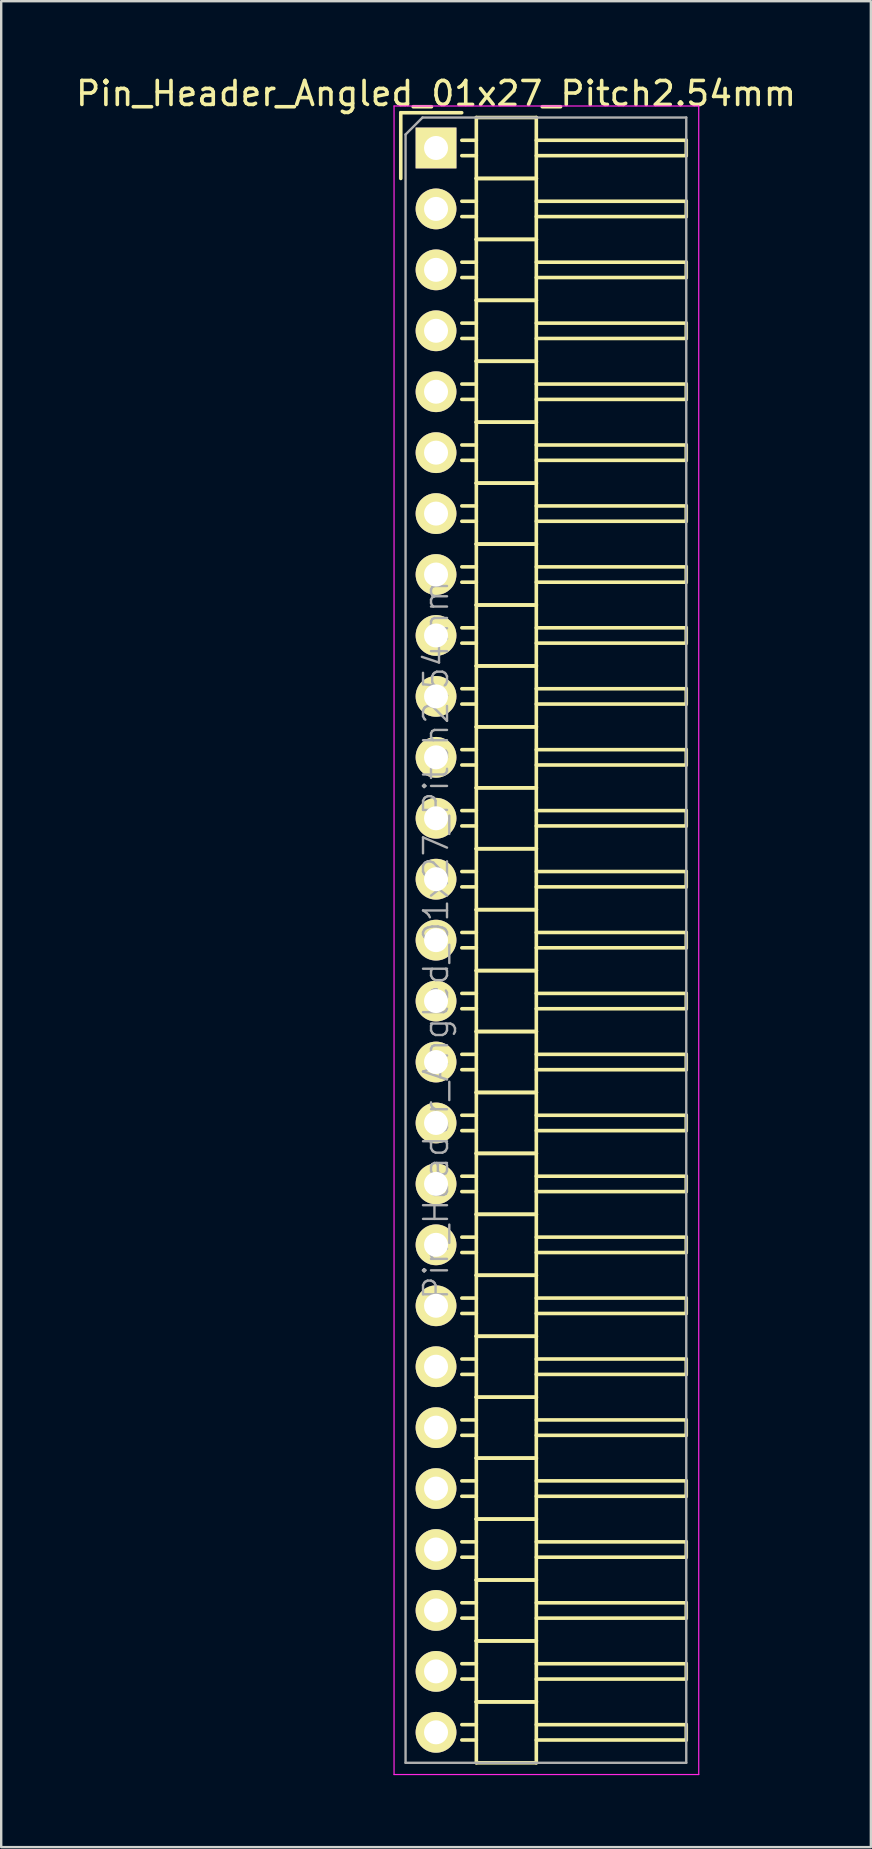
<source format=kicad_pcb>
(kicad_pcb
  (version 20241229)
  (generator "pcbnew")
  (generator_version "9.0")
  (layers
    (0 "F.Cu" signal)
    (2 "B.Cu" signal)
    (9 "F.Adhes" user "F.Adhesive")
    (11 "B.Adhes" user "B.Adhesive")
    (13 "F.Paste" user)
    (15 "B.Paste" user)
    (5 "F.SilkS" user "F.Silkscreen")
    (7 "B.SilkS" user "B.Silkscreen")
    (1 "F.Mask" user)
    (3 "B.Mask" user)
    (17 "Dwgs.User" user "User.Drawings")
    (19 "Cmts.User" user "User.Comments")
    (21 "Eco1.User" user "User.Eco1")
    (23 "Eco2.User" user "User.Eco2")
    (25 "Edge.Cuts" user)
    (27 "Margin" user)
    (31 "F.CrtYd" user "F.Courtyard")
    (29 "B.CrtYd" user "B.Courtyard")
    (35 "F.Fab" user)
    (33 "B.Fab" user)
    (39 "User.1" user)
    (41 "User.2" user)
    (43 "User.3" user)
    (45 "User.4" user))
  (footprint "Pin_Header_Angled_01x27_Pitch2.54mm"
    (layer "F.Cu")
    (at 15.125 3.118)
    (property "Reference" "Pin_Header_Angled_01x27_Pitch2.54mm" (at 0 -2.27 0) (layer "F.SilkS") (effects (font (size 1 1) (thickness 0.15))))
    (attr smd)
    (fp_line (start -1.47 -1.47) (end -1.47 1.27) (stroke (width 0.15) (type solid)) (layer "F.SilkS"))
    (fp_line (start -1.47 -1.47) (end 1.07 -1.47) (stroke (width 0.15) (type solid)) (layer "F.SilkS"))
    (fp_line (start 1.68 -0.32) (end 1.075 -0.32) (stroke (width 0.15) (type solid)) (layer "F.SilkS"))
    (fp_line (start 1.68 0.32) (end 1.075 0.32) (stroke (width 0.15) (type solid)) (layer "F.SilkS"))
    (fp_line (start 1.68 1.27) (end 1.68 -1.27) (stroke (width 0.15) (type solid)) (layer "F.SilkS"))
    (fp_line (start 1.68 2.22) (end 1.075 2.22) (stroke (width 0.15) (type solid)) (layer "F.SilkS"))
    (fp_line (start 1.68 2.86) (end 1.075 2.86) (stroke (width 0.15) (type solid)) (layer "F.SilkS"))
    (fp_line (start 1.68 3.81) (end 1.68 1.27) (stroke (width 0.15) (type solid)) (layer "F.SilkS"))
    (fp_line (start 1.68 4.76) (end 1.075 4.76) (stroke (width 0.15) (type solid)) (layer "F.SilkS"))
    (fp_line (start 1.68 5.4) (end 1.075 5.4) (stroke (width 0.15) (type solid)) (layer "F.SilkS"))
    (fp_line (start 1.68 6.35) (end 1.68 3.81) (stroke (width 0.15) (type solid)) (layer "F.SilkS"))
    (fp_line (start 1.68 7.3) (end 1.075 7.3) (stroke (width 0.15) (type solid)) (layer "F.SilkS"))
    (fp_line (start 1.68 7.94) (end 1.075 7.94) (stroke (width 0.15) (type solid)) (layer "F.SilkS"))
    (fp_line (start 1.68 8.89) (end 1.68 6.35) (stroke (width 0.15) (type solid)) (layer "F.SilkS"))
    (fp_line (start 1.68 9.84) (end 1.075 9.84) (stroke (width 0.15) (type solid)) (layer "F.SilkS"))
    (fp_line (start 1.68 10.48) (end 1.075 10.48) (stroke (width 0.15) (type solid)) (layer "F.SilkS"))
    (fp_line (start 1.68 11.43) (end 1.68 8.89) (stroke (width 0.15) (type solid)) (layer "F.SilkS"))
    (fp_line (start 1.68 12.38) (end 1.075 12.38) (stroke (width 0.15) (type solid)) (layer "F.SilkS"))
    (fp_line (start 1.68 13.02) (end 1.075 13.02) (stroke (width 0.15) (type solid)) (layer "F.SilkS"))
    (fp_line (start 1.68 13.97) (end 1.68 11.43) (stroke (width 0.15) (type solid)) (layer "F.SilkS"))
    (fp_line (start 1.68 14.92) (end 1.075 14.92) (stroke (width 0.15) (type solid)) (layer "F.SilkS"))
    (fp_line (start 1.68 15.56) (end 1.075 15.56) (stroke (width 0.15) (type solid)) (layer "F.SilkS"))
    (fp_line (start 1.68 16.51) (end 1.68 13.97) (stroke (width 0.15) (type solid)) (layer "F.SilkS"))
    (fp_line (start 1.68 17.46) (end 1.075 17.46) (stroke (width 0.15) (type solid)) (layer "F.SilkS"))
    (fp_line (start 1.68 18.1) (end 1.075 18.1) (stroke (width 0.15) (type solid)) (layer "F.SilkS"))
    (fp_line (start 1.68 19.05) (end 1.68 16.51) (stroke (width 0.15) (type solid)) (layer "F.SilkS"))
    (fp_line (start 1.68 20) (end 1.075 20) (stroke (width 0.15) (type solid)) (layer "F.SilkS"))
    (fp_line (start 1.68 20.64) (end 1.075 20.64) (stroke (width 0.15) (type solid)) (layer "F.SilkS"))
    (fp_line (start 1.68 21.59) (end 1.68 19.05) (stroke (width 0.15) (type solid)) (layer "F.SilkS"))
    (fp_line (start 1.68 22.54) (end 1.075 22.54) (stroke (width 0.15) (type solid)) (layer "F.SilkS"))
    (fp_line (start 1.68 23.18) (end 1.075 23.18) (stroke (width 0.15) (type solid)) (layer "F.SilkS"))
    (fp_line (start 1.68 24.13) (end 1.68 21.59) (stroke (width 0.15) (type solid)) (layer "F.SilkS"))
    (fp_line (start 1.68 25.08) (end 1.075 25.08) (stroke (width 0.15) (type solid)) (layer "F.SilkS"))
    (fp_line (start 1.68 25.72) (end 1.075 25.72) (stroke (width 0.15) (type solid)) (layer "F.SilkS"))
    (fp_line (start 1.68 26.67) (end 1.68 24.13) (stroke (width 0.15) (type solid)) (layer "F.SilkS"))
    (fp_line (start 1.68 27.62) (end 1.075 27.62) (stroke (width 0.15) (type solid)) (layer "F.SilkS"))
    (fp_line (start 1.68 28.26) (end 1.075 28.26) (stroke (width 0.15) (type solid)) (layer "F.SilkS"))
    (fp_line (start 1.68 29.21) (end 1.68 26.67) (stroke (width 0.15) (type solid)) (layer "F.SilkS"))
    (fp_line (start 1.68 30.16) (end 1.075 30.16) (stroke (width 0.15) (type solid)) (layer "F.SilkS"))
    (fp_line (start 1.68 30.8) (end 1.075 30.8) (stroke (width 0.15) (type solid)) (layer "F.SilkS"))
    (fp_line (start 1.68 31.75) (end 1.68 29.21) (stroke (width 0.15) (type solid)) (layer "F.SilkS"))
    (fp_line (start 1.68 32.7) (end 1.075 32.7) (stroke (width 0.15) (type solid)) (layer "F.SilkS"))
    (fp_line (start 1.68 33.34) (end 1.075 33.34) (stroke (width 0.15) (type solid)) (layer "F.SilkS"))
    (fp_line (start 1.68 34.29) (end 1.68 31.75) (stroke (width 0.15) (type solid)) (layer "F.SilkS"))
    (fp_line (start 1.68 35.24) (end 1.075 35.24) (stroke (width 0.15) (type solid)) (layer "F.SilkS"))
    (fp_line (start 1.68 35.88) (end 1.075 35.88) (stroke (width 0.15) (type solid)) (layer "F.SilkS"))
    (fp_line (start 1.68 36.83) (end 1.68 34.29) (stroke (width 0.15) (type solid)) (layer "F.SilkS"))
    (fp_line (start 1.68 37.78) (end 1.075 37.78) (stroke (width 0.15) (type solid)) (layer "F.SilkS"))
    (fp_line (start 1.68 38.42) (end 1.075 38.42) (stroke (width 0.15) (type solid)) (layer "F.SilkS"))
    (fp_line (start 1.68 39.37) (end 1.68 36.83) (stroke (width 0.15) (type solid)) (layer "F.SilkS"))
    (fp_line (start 1.68 40.32) (end 1.075 40.32) (stroke (width 0.15) (type solid)) (layer "F.SilkS"))
    (fp_line (start 1.68 40.96) (end 1.075 40.96) (stroke (width 0.15) (type solid)) (layer "F.SilkS"))
    (fp_line (start 1.68 41.91) (end 1.68 39.37) (stroke (width 0.15) (type solid)) (layer "F.SilkS"))
    (fp_line (start 1.68 42.86) (end 1.075 42.86) (stroke (width 0.15) (type solid)) (layer "F.SilkS"))
    (fp_line (start 1.68 43.5) (end 1.075 43.5) (stroke (width 0.15) (type solid)) (layer "F.SilkS"))
    (fp_line (start 1.68 44.45) (end 1.68 41.91) (stroke (width 0.15) (type solid)) (layer "F.SilkS"))
    (fp_line (start 1.68 45.4) (end 1.075 45.4) (stroke (width 0.15) (type solid)) (layer "F.SilkS"))
    (fp_line (start 1.68 46.04) (end 1.075 46.04) (stroke (width 0.15) (type solid)) (layer "F.SilkS"))
    (fp_line (start 1.68 46.99) (end 1.68 44.45) (stroke (width 0.15) (type solid)) (layer "F.SilkS"))
    (fp_line (start 1.68 47.94) (end 1.075 47.94) (stroke (width 0.15) (type solid)) (layer "F.SilkS"))
    (fp_line (start 1.68 48.58) (end 1.075 48.58) (stroke (width 0.15) (type solid)) (layer "F.SilkS"))
    (fp_line (start 1.68 49.53) (end 1.68 46.99) (stroke (width 0.15) (type solid)) (layer "F.SilkS"))
    (fp_line (start 1.68 50.48) (end 1.075 50.48) (stroke (width 0.15) (type solid)) (layer "F.SilkS"))
    (fp_line (start 1.68 51.12) (end 1.075 51.12) (stroke (width 0.15) (type solid)) (layer "F.SilkS"))
    (fp_line (start 1.68 52.07) (end 1.68 49.53) (stroke (width 0.15) (type solid)) (layer "F.SilkS"))
    (fp_line (start 1.68 53.02) (end 1.075 53.02) (stroke (width 0.15) (type solid)) (layer "F.SilkS"))
    (fp_line (start 1.68 53.66) (end 1.075 53.66) (stroke (width 0.15) (type solid)) (layer "F.SilkS"))
    (fp_line (start 1.68 54.61) (end 1.68 52.07) (stroke (width 0.15) (type solid)) (layer "F.SilkS"))
    (fp_line (start 1.68 55.56) (end 1.075 55.56) (stroke (width 0.15) (type solid)) (layer "F.SilkS"))
    (fp_line (start 1.68 56.2) (end 1.075 56.2) (stroke (width 0.15) (type solid)) (layer "F.SilkS"))
    (fp_line (start 1.68 57.15) (end 1.68 54.61) (stroke (width 0.15) (type solid)) (layer "F.SilkS"))
    (fp_line (start 1.68 58.1) (end 1.075 58.1) (stroke (width 0.15) (type solid)) (layer "F.SilkS"))
    (fp_line (start 1.68 58.74) (end 1.075 58.74) (stroke (width 0.15) (type solid)) (layer "F.SilkS"))
    (fp_line (start 1.68 59.69) (end 1.68 57.15) (stroke (width 0.15) (type solid)) (layer "F.SilkS"))
    (fp_line (start 1.68 60.64) (end 1.075 60.64) (stroke (width 0.15) (type solid)) (layer "F.SilkS"))
    (fp_line (start 1.68 61.28) (end 1.075 61.28) (stroke (width 0.15) (type solid)) (layer "F.SilkS"))
    (fp_line (start 1.68 62.23) (end 1.68 59.69) (stroke (width 0.15) (type solid)) (layer "F.SilkS"))
    (fp_line (start 1.68 63.18) (end 1.075 63.18) (stroke (width 0.15) (type solid)) (layer "F.SilkS"))
    (fp_line (start 1.68 63.82) (end 1.075 63.82) (stroke (width 0.15) (type solid)) (layer "F.SilkS"))
    (fp_line (start 1.68 64.77) (end 1.68 62.23) (stroke (width 0.15) (type solid)) (layer "F.SilkS"))
    (fp_line (start 1.68 65.72) (end 1.075 65.72) (stroke (width 0.15) (type solid)) (layer "F.SilkS"))
    (fp_line (start 1.68 66.36) (end 1.075 66.36) (stroke (width 0.15) (type solid)) (layer "F.SilkS"))
    (fp_line (start 1.68 67.31) (end 1.68 64.77) (stroke (width 0.15) (type solid)) (layer "F.SilkS"))
    (fp_line (start 4.18 -1.27) (end 1.68 -1.27) (stroke (width 0.15) (type solid)) (layer "F.SilkS"))
    (fp_line (start 4.18 -0.32) (end 10.43 -0.32) (stroke (width 0.15) (type solid)) (layer "F.SilkS"))
    (fp_line (start 4.18 0.32) (end 10.43 0.32) (stroke (width 0.15) (type solid)) (layer "F.SilkS"))
    (fp_line (start 4.18 1.27) (end 1.68 1.27) (stroke (width 0.15) (type solid)) (layer "F.SilkS"))
    (fp_line (start 4.18 1.27) (end 1.68 1.27) (stroke (width 0.15) (type solid)) (layer "F.SilkS"))
    (fp_line (start 4.18 1.27) (end 4.18 -1.27) (stroke (width 0.15) (type solid)) (layer "F.SilkS"))
    (fp_line (start 4.18 2.22) (end 10.43 2.22) (stroke (width 0.15) (type solid)) (layer "F.SilkS"))
    (fp_line (start 4.18 2.86) (end 10.43 2.86) (stroke (width 0.15) (type solid)) (layer "F.SilkS"))
    (fp_line (start 4.18 3.81) (end 1.68 3.81) (stroke (width 0.15) (type solid)) (layer "F.SilkS"))
    (fp_line (start 4.18 3.81) (end 1.68 3.81) (stroke (width 0.15) (type solid)) (layer "F.SilkS"))
    (fp_line (start 4.18 3.81) (end 4.18 1.27) (stroke (width 0.15) (type solid)) (layer "F.SilkS"))
    (fp_line (start 4.18 4.76) (end 10.43 4.76) (stroke (width 0.15) (type solid)) (layer "F.SilkS"))
    (fp_line (start 4.18 5.4) (end 10.43 5.4) (stroke (width 0.15) (type solid)) (layer "F.SilkS"))
    (fp_line (start 4.18 6.35) (end 1.68 6.35) (stroke (width 0.15) (type solid)) (layer "F.SilkS"))
    (fp_line (start 4.18 6.35) (end 1.68 6.35) (stroke (width 0.15) (type solid)) (layer "F.SilkS"))
    (fp_line (start 4.18 6.35) (end 4.18 3.81) (stroke (width 0.15) (type solid)) (layer "F.SilkS"))
    (fp_line (start 4.18 7.3) (end 10.43 7.3) (stroke (width 0.15) (type solid)) (layer "F.SilkS"))
    (fp_line (start 4.18 7.94) (end 10.43 7.94) (stroke (width 0.15) (type solid)) (layer "F.SilkS"))
    (fp_line (start 4.18 8.89) (end 1.68 8.89) (stroke (width 0.15) (type solid)) (layer "F.SilkS"))
    (fp_line (start 4.18 8.89) (end 1.68 8.89) (stroke (width 0.15) (type solid)) (layer "F.SilkS"))
    (fp_line (start 4.18 8.89) (end 4.18 6.35) (stroke (width 0.15) (type solid)) (layer "F.SilkS"))
    (fp_line (start 4.18 9.84) (end 10.43 9.84) (stroke (width 0.15) (type solid)) (layer "F.SilkS"))
    (fp_line (start 4.18 10.48) (end 10.43 10.48) (stroke (width 0.15) (type solid)) (layer "F.SilkS"))
    (fp_line (start 4.18 11.43) (end 1.68 11.43) (stroke (width 0.15) (type solid)) (layer "F.SilkS"))
    (fp_line (start 4.18 11.43) (end 1.68 11.43) (stroke (width 0.15) (type solid)) (layer "F.SilkS"))
    (fp_line (start 4.18 11.43) (end 4.18 8.89) (stroke (width 0.15) (type solid)) (layer "F.SilkS"))
    (fp_line (start 4.18 12.38) (end 10.43 12.38) (stroke (width 0.15) (type solid)) (layer "F.SilkS"))
    (fp_line (start 4.18 13.02) (end 10.43 13.02) (stroke (width 0.15) (type solid)) (layer "F.SilkS"))
    (fp_line (start 4.18 13.97) (end 1.68 13.97) (stroke (width 0.15) (type solid)) (layer "F.SilkS"))
    (fp_line (start 4.18 13.97) (end 1.68 13.97) (stroke (width 0.15) (type solid)) (layer "F.SilkS"))
    (fp_line (start 4.18 13.97) (end 4.18 11.43) (stroke (width 0.15) (type solid)) (layer "F.SilkS"))
    (fp_line (start 4.18 14.92) (end 10.43 14.92) (stroke (width 0.15) (type solid)) (layer "F.SilkS"))
    (fp_line (start 4.18 15.56) (end 10.43 15.56) (stroke (width 0.15) (type solid)) (layer "F.SilkS"))
    (fp_line (start 4.18 16.51) (end 1.68 16.51) (stroke (width 0.15) (type solid)) (layer "F.SilkS"))
    (fp_line (start 4.18 16.51) (end 1.68 16.51) (stroke (width 0.15) (type solid)) (layer "F.SilkS"))
    (fp_line (start 4.18 16.51) (end 4.18 13.97) (stroke (width 0.15) (type solid)) (layer "F.SilkS"))
    (fp_line (start 4.18 17.46) (end 10.43 17.46) (stroke (width 0.15) (type solid)) (layer "F.SilkS"))
    (fp_line (start 4.18 18.1) (end 10.43 18.1) (stroke (width 0.15) (type solid)) (layer "F.SilkS"))
    (fp_line (start 4.18 19.05) (end 1.68 19.05) (stroke (width 0.15) (type solid)) (layer "F.SilkS"))
    (fp_line (start 4.18 19.05) (end 1.68 19.05) (stroke (width 0.15) (type solid)) (layer "F.SilkS"))
    (fp_line (start 4.18 19.05) (end 4.18 16.51) (stroke (width 0.15) (type solid)) (layer "F.SilkS"))
    (fp_line (start 4.18 20) (end 10.43 20) (stroke (width 0.15) (type solid)) (layer "F.SilkS"))
    (fp_line (start 4.18 20.64) (end 10.43 20.64) (stroke (width 0.15) (type solid)) (layer "F.SilkS"))
    (fp_line (start 4.18 21.59) (end 1.68 21.59) (stroke (width 0.15) (type solid)) (layer "F.SilkS"))
    (fp_line (start 4.18 21.59) (end 1.68 21.59) (stroke (width 0.15) (type solid)) (layer "F.SilkS"))
    (fp_line (start 4.18 21.59) (end 4.18 19.05) (stroke (width 0.15) (type solid)) (layer "F.SilkS"))
    (fp_line (start 4.18 22.54) (end 10.43 22.54) (stroke (width 0.15) (type solid)) (layer "F.SilkS"))
    (fp_line (start 4.18 23.18) (end 10.43 23.18) (stroke (width 0.15) (type solid)) (layer "F.SilkS"))
    (fp_line (start 4.18 24.13) (end 1.68 24.13) (stroke (width 0.15) (type solid)) (layer "F.SilkS"))
    (fp_line (start 4.18 24.13) (end 1.68 24.13) (stroke (width 0.15) (type solid)) (layer "F.SilkS"))
    (fp_line (start 4.18 24.13) (end 4.18 21.59) (stroke (width 0.15) (type solid)) (layer "F.SilkS"))
    (fp_line (start 4.18 25.08) (end 10.43 25.08) (stroke (width 0.15) (type solid)) (layer "F.SilkS"))
    (fp_line (start 4.18 25.72) (end 10.43 25.72) (stroke (width 0.15) (type solid)) (layer "F.SilkS"))
    (fp_line (start 4.18 26.67) (end 1.68 26.67) (stroke (width 0.15) (type solid)) (layer "F.SilkS"))
    (fp_line (start 4.18 26.67) (end 1.68 26.67) (stroke (width 0.15) (type solid)) (layer "F.SilkS"))
    (fp_line (start 4.18 26.67) (end 4.18 24.13) (stroke (width 0.15) (type solid)) (layer "F.SilkS"))
    (fp_line (start 4.18 27.62) (end 10.43 27.62) (stroke (width 0.15) (type solid)) (layer "F.SilkS"))
    (fp_line (start 4.18 28.26) (end 10.43 28.26) (stroke (width 0.15) (type solid)) (layer "F.SilkS"))
    (fp_line (start 4.18 29.21) (end 1.68 29.21) (stroke (width 0.15) (type solid)) (layer "F.SilkS"))
    (fp_line (start 4.18 29.21) (end 1.68 29.21) (stroke (width 0.15) (type solid)) (layer "F.SilkS"))
    (fp_line (start 4.18 29.21) (end 4.18 26.67) (stroke (width 0.15) (type solid)) (layer "F.SilkS"))
    (fp_line (start 4.18 30.16) (end 10.43 30.16) (stroke (width 0.15) (type solid)) (layer "F.SilkS"))
    (fp_line (start 4.18 30.8) (end 10.43 30.8) (stroke (width 0.15) (type solid)) (layer "F.SilkS"))
    (fp_line (start 4.18 31.75) (end 1.68 31.75) (stroke (width 0.15) (type solid)) (layer "F.SilkS"))
    (fp_line (start 4.18 31.75) (end 1.68 31.75) (stroke (width 0.15) (type solid)) (layer "F.SilkS"))
    (fp_line (start 4.18 31.75) (end 4.18 29.21) (stroke (width 0.15) (type solid)) (layer "F.SilkS"))
    (fp_line (start 4.18 32.7) (end 10.43 32.7) (stroke (width 0.15) (type solid)) (layer "F.SilkS"))
    (fp_line (start 4.18 33.34) (end 10.43 33.34) (stroke (width 0.15) (type solid)) (layer "F.SilkS"))
    (fp_line (start 4.18 34.29) (end 1.68 34.29) (stroke (width 0.15) (type solid)) (layer "F.SilkS"))
    (fp_line (start 4.18 34.29) (end 1.68 34.29) (stroke (width 0.15) (type solid)) (layer "F.SilkS"))
    (fp_line (start 4.18 34.29) (end 4.18 31.75) (stroke (width 0.15) (type solid)) (layer "F.SilkS"))
    (fp_line (start 4.18 35.24) (end 10.43 35.24) (stroke (width 0.15) (type solid)) (layer "F.SilkS"))
    (fp_line (start 4.18 35.88) (end 10.43 35.88) (stroke (width 0.15) (type solid)) (layer "F.SilkS"))
    (fp_line (start 4.18 36.83) (end 1.68 36.83) (stroke (width 0.15) (type solid)) (layer "F.SilkS"))
    (fp_line (start 4.18 36.83) (end 1.68 36.83) (stroke (width 0.15) (type solid)) (layer "F.SilkS"))
    (fp_line (start 4.18 36.83) (end 4.18 34.29) (stroke (width 0.15) (type solid)) (layer "F.SilkS"))
    (fp_line (start 4.18 37.78) (end 10.43 37.78) (stroke (width 0.15) (type solid)) (layer "F.SilkS"))
    (fp_line (start 4.18 38.42) (end 10.43 38.42) (stroke (width 0.15) (type solid)) (layer "F.SilkS"))
    (fp_line (start 4.18 39.37) (end 1.68 39.37) (stroke (width 0.15) (type solid)) (layer "F.SilkS"))
    (fp_line (start 4.18 39.37) (end 1.68 39.37) (stroke (width 0.15) (type solid)) (layer "F.SilkS"))
    (fp_line (start 4.18 39.37) (end 4.18 36.83) (stroke (width 0.15) (type solid)) (layer "F.SilkS"))
    (fp_line (start 4.18 40.32) (end 10.43 40.32) (stroke (width 0.15) (type solid)) (layer "F.SilkS"))
    (fp_line (start 4.18 40.96) (end 10.43 40.96) (stroke (width 0.15) (type solid)) (layer "F.SilkS"))
    (fp_line (start 4.18 41.91) (end 1.68 41.91) (stroke (width 0.15) (type solid)) (layer "F.SilkS"))
    (fp_line (start 4.18 41.91) (end 1.68 41.91) (stroke (width 0.15) (type solid)) (layer "F.SilkS"))
    (fp_line (start 4.18 41.91) (end 4.18 39.37) (stroke (width 0.15) (type solid)) (layer "F.SilkS"))
    (fp_line (start 4.18 42.86) (end 10.43 42.86) (stroke (width 0.15) (type solid)) (layer "F.SilkS"))
    (fp_line (start 4.18 43.5) (end 10.43 43.5) (stroke (width 0.15) (type solid)) (layer "F.SilkS"))
    (fp_line (start 4.18 44.45) (end 1.68 44.45) (stroke (width 0.15) (type solid)) (layer "F.SilkS"))
    (fp_line (start 4.18 44.45) (end 1.68 44.45) (stroke (width 0.15) (type solid)) (layer "F.SilkS"))
    (fp_line (start 4.18 44.45) (end 4.18 41.91) (stroke (width 0.15) (type solid)) (layer "F.SilkS"))
    (fp_line (start 4.18 45.4) (end 10.43 45.4) (stroke (width 0.15) (type solid)) (layer "F.SilkS"))
    (fp_line (start 4.18 46.04) (end 10.43 46.04) (stroke (width 0.15) (type solid)) (layer "F.SilkS"))
    (fp_line (start 4.18 46.99) (end 1.68 46.99) (stroke (width 0.15) (type solid)) (layer "F.SilkS"))
    (fp_line (start 4.18 46.99) (end 1.68 46.99) (stroke (width 0.15) (type solid)) (layer "F.SilkS"))
    (fp_line (start 4.18 46.99) (end 4.18 44.45) (stroke (width 0.15) (type solid)) (layer "F.SilkS"))
    (fp_line (start 4.18 47.94) (end 10.43 47.94) (stroke (width 0.15) (type solid)) (layer "F.SilkS"))
    (fp_line (start 4.18 48.58) (end 10.43 48.58) (stroke (width 0.15) (type solid)) (layer "F.SilkS"))
    (fp_line (start 4.18 49.53) (end 1.68 49.53) (stroke (width 0.15) (type solid)) (layer "F.SilkS"))
    (fp_line (start 4.18 49.53) (end 1.68 49.53) (stroke (width 0.15) (type solid)) (layer "F.SilkS"))
    (fp_line (start 4.18 49.53) (end 4.18 46.99) (stroke (width 0.15) (type solid)) (layer "F.SilkS"))
    (fp_line (start 4.18 50.48) (end 10.43 50.48) (stroke (width 0.15) (type solid)) (layer "F.SilkS"))
    (fp_line (start 4.18 51.12) (end 10.43 51.12) (stroke (width 0.15) (type solid)) (layer "F.SilkS"))
    (fp_line (start 4.18 52.07) (end 1.68 52.07) (stroke (width 0.15) (type solid)) (layer "F.SilkS"))
    (fp_line (start 4.18 52.07) (end 1.68 52.07) (stroke (width 0.15) (type solid)) (layer "F.SilkS"))
    (fp_line (start 4.18 52.07) (end 4.18 49.53) (stroke (width 0.15) (type solid)) (layer "F.SilkS"))
    (fp_line (start 4.18 53.02) (end 10.43 53.02) (stroke (width 0.15) (type solid)) (layer "F.SilkS"))
    (fp_line (start 4.18 53.66) (end 10.43 53.66) (stroke (width 0.15) (type solid)) (layer "F.SilkS"))
    (fp_line (start 4.18 54.61) (end 1.68 54.61) (stroke (width 0.15) (type solid)) (layer "F.SilkS"))
    (fp_line (start 4.18 54.61) (end 1.68 54.61) (stroke (width 0.15) (type solid)) (layer "F.SilkS"))
    (fp_line (start 4.18 54.61) (end 4.18 52.07) (stroke (width 0.15) (type solid)) (layer "F.SilkS"))
    (fp_line (start 4.18 55.56) (end 10.43 55.56) (stroke (width 0.15) (type solid)) (layer "F.SilkS"))
    (fp_line (start 4.18 56.2) (end 10.43 56.2) (stroke (width 0.15) (type solid)) (layer "F.SilkS"))
    (fp_line (start 4.18 57.15) (end 1.68 57.15) (stroke (width 0.15) (type solid)) (layer "F.SilkS"))
    (fp_line (start 4.18 57.15) (end 1.68 57.15) (stroke (width 0.15) (type solid)) (layer "F.SilkS"))
    (fp_line (start 4.18 57.15) (end 4.18 54.61) (stroke (width 0.15) (type solid)) (layer "F.SilkS"))
    (fp_line (start 4.18 58.1) (end 10.43 58.1) (stroke (width 0.15) (type solid)) (layer "F.SilkS"))
    (fp_line (start 4.18 58.74) (end 10.43 58.74) (stroke (width 0.15) (type solid)) (layer "F.SilkS"))
    (fp_line (start 4.18 59.69) (end 1.68 59.69) (stroke (width 0.15) (type solid)) (layer "F.SilkS"))
    (fp_line (start 4.18 59.69) (end 1.68 59.69) (stroke (width 0.15) (type solid)) (layer "F.SilkS"))
    (fp_line (start 4.18 59.69) (end 4.18 57.15) (stroke (width 0.15) (type solid)) (layer "F.SilkS"))
    (fp_line (start 4.18 60.64) (end 10.43 60.64) (stroke (width 0.15) (type solid)) (layer "F.SilkS"))
    (fp_line (start 4.18 61.28) (end 10.43 61.28) (stroke (width 0.15) (type solid)) (layer "F.SilkS"))
    (fp_line (start 4.18 62.23) (end 1.68 62.23) (stroke (width 0.15) (type solid)) (layer "F.SilkS"))
    (fp_line (start 4.18 62.23) (end 1.68 62.23) (stroke (width 0.15) (type solid)) (layer "F.SilkS"))
    (fp_line (start 4.18 62.23) (end 4.18 59.69) (stroke (width 0.15) (type solid)) (layer "F.SilkS"))
    (fp_line (start 4.18 63.18) (end 10.43 63.18) (stroke (width 0.15) (type solid)) (layer "F.SilkS"))
    (fp_line (start 4.18 63.82) (end 10.43 63.82) (stroke (width 0.15) (type solid)) (layer "F.SilkS"))
    (fp_line (start 4.18 64.77) (end 1.68 64.77) (stroke (width 0.15) (type solid)) (layer "F.SilkS"))
    (fp_line (start 4.18 64.77) (end 1.68 64.77) (stroke (width 0.15) (type solid)) (layer "F.SilkS"))
    (fp_line (start 4.18 64.77) (end 4.18 62.23) (stroke (width 0.15) (type solid)) (layer "F.SilkS"))
    (fp_line (start 4.18 65.72) (end 10.43 65.72) (stroke (width 0.15) (type solid)) (layer "F.SilkS"))
    (fp_line (start 4.18 66.36) (end 10.43 66.36) (stroke (width 0.15) (type solid)) (layer "F.SilkS"))
    (fp_line (start 4.18 67.31) (end 1.68 67.31) (stroke (width 0.15) (type solid)) (layer "F.SilkS"))
    (fp_line (start 4.18 67.31) (end 4.18 64.77) (stroke (width 0.15) (type solid)) (layer "F.SilkS"))
    (fp_line (start 10.43 0.32) (end 10.43 -0.32) (stroke (width 0.15) (type solid)) (layer "F.SilkS"))
    (fp_line (start 10.43 2.86) (end 10.43 2.22) (stroke (width 0.15) (type solid)) (layer "F.SilkS"))
    (fp_line (start 10.43 5.4) (end 10.43 4.76) (stroke (width 0.15) (type solid)) (layer "F.SilkS"))
    (fp_line (start 10.43 7.94) (end 10.43 7.3) (stroke (width 0.15) (type solid)) (layer "F.SilkS"))
    (fp_line (start 10.43 10.48) (end 10.43 9.84) (stroke (width 0.15) (type solid)) (layer "F.SilkS"))
    (fp_line (start 10.43 13.02) (end 10.43 12.38) (stroke (width 0.15) (type solid)) (layer "F.SilkS"))
    (fp_line (start 10.43 15.56) (end 10.43 14.92) (stroke (width 0.15) (type solid)) (layer "F.SilkS"))
    (fp_line (start 10.43 18.1) (end 10.43 17.46) (stroke (width 0.15) (type solid)) (layer "F.SilkS"))
    (fp_line (start 10.43 20.64) (end 10.43 20) (stroke (width 0.15) (type solid)) (layer "F.SilkS"))
    (fp_line (start 10.43 23.18) (end 10.43 22.54) (stroke (width 0.15) (type solid)) (layer "F.SilkS"))
    (fp_line (start 10.43 25.72) (end 10.43 25.08) (stroke (width 0.15) (type solid)) (layer "F.SilkS"))
    (fp_line (start 10.43 28.26) (end 10.43 27.62) (stroke (width 0.15) (type solid)) (layer "F.SilkS"))
    (fp_line (start 10.43 30.8) (end 10.43 30.16) (stroke (width 0.15) (type solid)) (layer "F.SilkS"))
    (fp_line (start 10.43 33.34) (end 10.43 32.7) (stroke (width 0.15) (type solid)) (layer "F.SilkS"))
    (fp_line (start 10.43 35.88) (end 10.43 35.24) (stroke (width 0.15) (type solid)) (layer "F.SilkS"))
    (fp_line (start 10.43 38.42) (end 10.43 37.78) (stroke (width 0.15) (type solid)) (layer "F.SilkS"))
    (fp_line (start 10.43 40.96) (end 10.43 40.32) (stroke (width 0.15) (type solid)) (layer "F.SilkS"))
    (fp_line (start 10.43 43.5) (end 10.43 42.86) (stroke (width 0.15) (type solid)) (layer "F.SilkS"))
    (fp_line (start 10.43 46.04) (end 10.43 45.4) (stroke (width 0.15) (type solid)) (layer "F.SilkS"))
    (fp_line (start 10.43 48.58) (end 10.43 47.94) (stroke (width 0.15) (type solid)) (layer "F.SilkS"))
    (fp_line (start 10.43 51.12) (end 10.43 50.48) (stroke (width 0.15) (type solid)) (layer "F.SilkS"))
    (fp_line (start 10.43 53.66) (end 10.43 53.02) (stroke (width 0.15) (type solid)) (layer "F.SilkS"))
    (fp_line (start 10.43 56.2) (end 10.43 55.56) (stroke (width 0.15) (type solid)) (layer "F.SilkS"))
    (fp_line (start 10.43 58.74) (end 10.43 58.1) (stroke (width 0.15) (type solid)) (layer "F.SilkS"))
    (fp_line (start 10.43 61.28) (end 10.43 60.64) (stroke (width 0.15) (type solid)) (layer "F.SilkS"))
    (fp_line (start 10.43 63.82) (end 10.43 63.18) (stroke (width 0.15) (type solid)) (layer "F.SilkS"))
    (fp_line (start 10.43 66.36) (end 10.43 65.72) (stroke (width 0.15) (type solid)) (layer "F.SilkS"))
    (fp_line (start -1.75 -1.75) (end -1.75 67.8) (stroke (width 0.05) (type solid)) (layer "F.CrtYd"))
    (fp_line (start 10.95 -1.75) (end -1.75 -1.75) (stroke (width 0.05) (type solid)) (layer "F.CrtYd"))
    (fp_line (start 10.95 -1.75) (end 10.95 67.8) (stroke (width 0.05) (type solid)) (layer "F.CrtYd"))
    (fp_line (start 10.95 67.8) (end -1.75 67.8) (stroke (width 0.05) (type solid)) (layer "F.CrtYd"))
    (fp_line (start -1.27 -0.563) (end -0.563 -1.27) (stroke (width 0.1) (type solid)) (layer "F.Fab"))
    (fp_line (start -1.27 67.31) (end -1.27 -0.563) (stroke (width 0.1) (type solid)) (layer "F.Fab"))
    (fp_line (start 10.43 -1.27) (end -0.563 -1.27) (stroke (width 0.1) (type solid)) (layer "F.Fab"))
    (fp_line (start 10.43 67.31) (end -1.27 67.31) (stroke (width 0.1) (type solid)) (layer "F.Fab"))
    (fp_line (start 10.43 67.31) (end 10.43 -1.27) (stroke (width 0.1) (type solid)) (layer "F.Fab"))
    (fp_text user "${REFERENCE}" (at 0 33.02 90) (layer "F.Fab") (effects (font (size 1 1) (thickness 0.1))))
    (pad "1" thru_hole rect (at 0 0) (size 1.7 1.7) (drill 1) (layers "*.Cu" "*.Mask" "F.SilkS"))
    (pad "2" thru_hole oval (at 0 2.54) (size 1.7 1.7) (drill 1) (layers "*.Cu" "*.Mask" "F.SilkS"))
    (pad "3" thru_hole oval (at 0 5.08) (size 1.7 1.7) (drill 1) (layers "*.Cu" "*.Mask" "F.SilkS"))
    (pad "4" thru_hole oval (at 0 7.62) (size 1.7 1.7) (drill 1) (layers "*.Cu" "*.Mask" "F.SilkS"))
    (pad "5" thru_hole oval (at 0 10.16) (size 1.7 1.7) (drill 1) (layers "*.Cu" "*.Mask" "F.SilkS"))
    (pad "6" thru_hole oval (at 0 12.7) (size 1.7 1.7) (drill 1) (layers "*.Cu" "*.Mask" "F.SilkS"))
    (pad "7" thru_hole oval (at 0 15.24) (size 1.7 1.7) (drill 1) (layers "*.Cu" "*.Mask" "F.SilkS"))
    (pad "8" thru_hole oval (at 0 17.78) (size 1.7 1.7) (drill 1) (layers "*.Cu" "*.Mask" "F.SilkS"))
    (pad "9" thru_hole oval (at 0 20.32) (size 1.7 1.7) (drill 1) (layers "*.Cu" "*.Mask" "F.SilkS"))
    (pad "10" thru_hole oval (at 0 22.86) (size 1.7 1.7) (drill 1) (layers "*.Cu" "*.Mask" "F.SilkS"))
    (pad "11" thru_hole oval (at 0 25.4) (size 1.7 1.7) (drill 1) (layers "*.Cu" "*.Mask" "F.SilkS"))
    (pad "12" thru_hole oval (at 0 27.94) (size 1.7 1.7) (drill 1) (layers "*.Cu" "*.Mask" "F.SilkS"))
    (pad "13" thru_hole oval (at 0 30.48) (size 1.7 1.7) (drill 1) (layers "*.Cu" "*.Mask" "F.SilkS"))
    (pad "14" thru_hole oval (at 0 33.02) (size 1.7 1.7) (drill 1) (layers "*.Cu" "*.Mask" "F.SilkS"))
    (pad "15" thru_hole oval (at 0 35.56) (size 1.7 1.7) (drill 1) (layers "*.Cu" "*.Mask" "F.SilkS"))
    (pad "16" thru_hole oval (at 0 38.1) (size 1.7 1.7) (drill 1) (layers "*.Cu" "*.Mask" "F.SilkS"))
    (pad "17" thru_hole oval (at 0 40.64) (size 1.7 1.7) (drill 1) (layers "*.Cu" "*.Mask" "F.SilkS"))
    (pad "18" thru_hole oval (at 0 43.18) (size 1.7 1.7) (drill 1) (layers "*.Cu" "*.Mask" "F.SilkS"))
    (pad "19" thru_hole oval (at 0 45.72) (size 1.7 1.7) (drill 1) (layers "*.Cu" "*.Mask" "F.SilkS"))
    (pad "20" thru_hole oval (at 0 48.26) (size 1.7 1.7) (drill 1) (layers "*.Cu" "*.Mask" "F.SilkS"))
    (pad "21" thru_hole oval (at 0 50.8) (size 1.7 1.7) (drill 1) (layers "*.Cu" "*.Mask" "F.SilkS"))
    (pad "22" thru_hole oval (at 0 53.34) (size 1.7 1.7) (drill 1) (layers "*.Cu" "*.Mask" "F.SilkS"))
    (pad "23" thru_hole oval (at 0 55.88) (size 1.7 1.7) (drill 1) (layers "*.Cu" "*.Mask" "F.SilkS"))
    (pad "24" thru_hole oval (at 0 58.42) (size 1.7 1.7) (drill 1) (layers "*.Cu" "*.Mask" "F.SilkS"))
    (pad "25" thru_hole oval (at 0 60.96) (size 1.7 1.7) (drill 1) (layers "*.Cu" "*.Mask" "F.SilkS"))
    (pad "26" thru_hole oval (at 0 63.5) (size 1.7 1.7) (drill 1) (layers "*.Cu" "*.Mask" "F.SilkS"))
    (pad "27" thru_hole oval (at 0 66.04) (size 1.7 1.7) (drill 1) (layers "*.Cu" "*.Mask" "F.SilkS")))
  (gr_rect
    (start -3 -3)
    (end 33.25 73.943)
    (stroke (width 0.1) (type default))
    (fill no)
    (layer "Edge.Cuts")))
</source>
